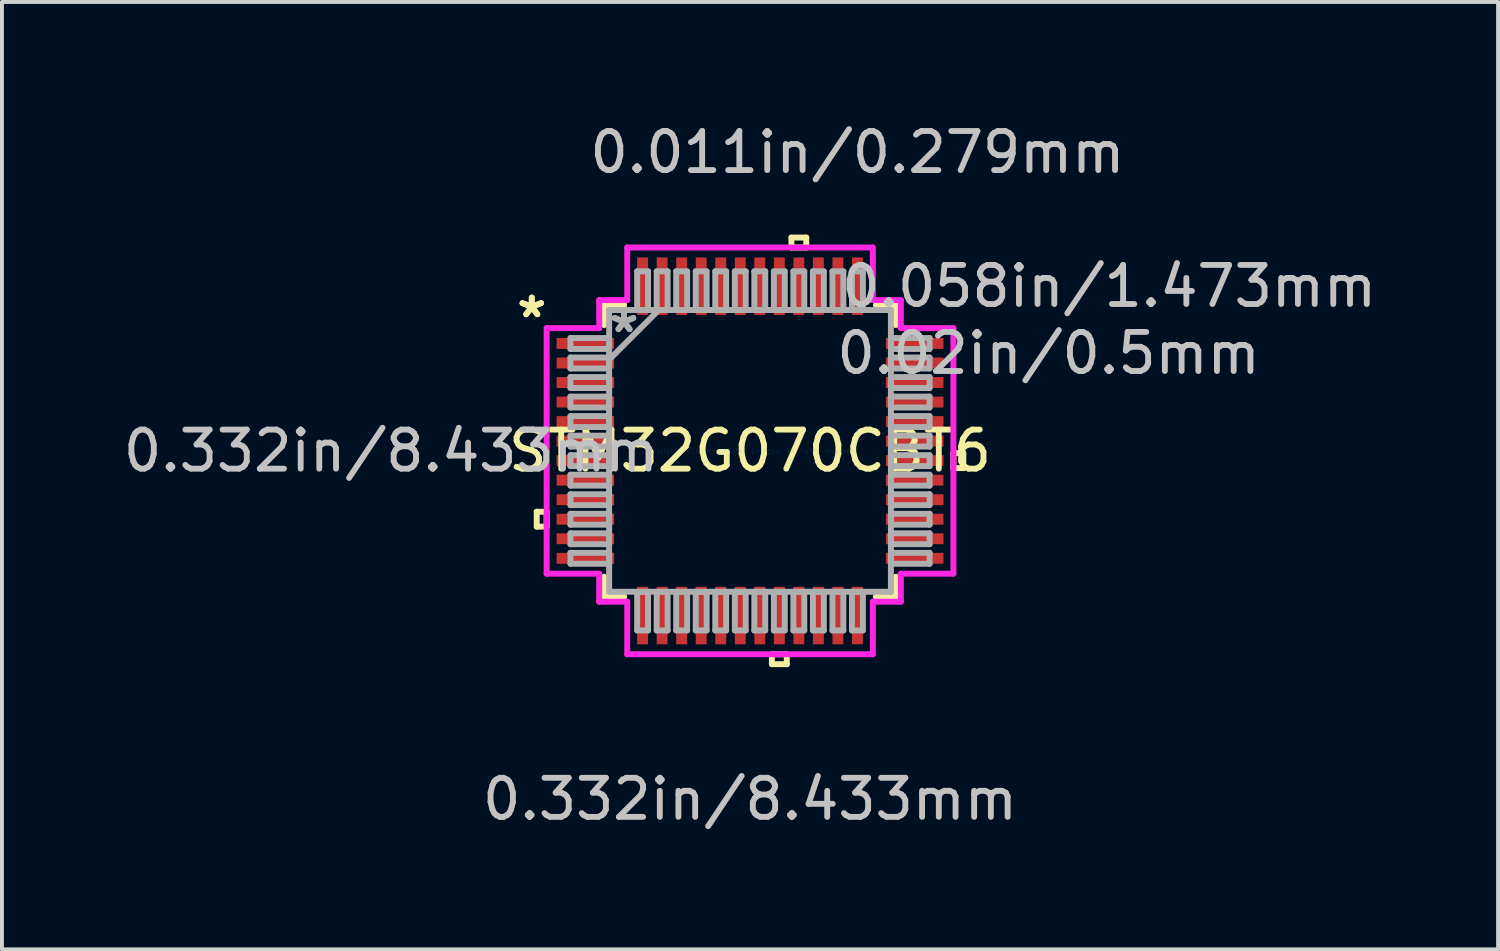
<source format=kicad_pcb>
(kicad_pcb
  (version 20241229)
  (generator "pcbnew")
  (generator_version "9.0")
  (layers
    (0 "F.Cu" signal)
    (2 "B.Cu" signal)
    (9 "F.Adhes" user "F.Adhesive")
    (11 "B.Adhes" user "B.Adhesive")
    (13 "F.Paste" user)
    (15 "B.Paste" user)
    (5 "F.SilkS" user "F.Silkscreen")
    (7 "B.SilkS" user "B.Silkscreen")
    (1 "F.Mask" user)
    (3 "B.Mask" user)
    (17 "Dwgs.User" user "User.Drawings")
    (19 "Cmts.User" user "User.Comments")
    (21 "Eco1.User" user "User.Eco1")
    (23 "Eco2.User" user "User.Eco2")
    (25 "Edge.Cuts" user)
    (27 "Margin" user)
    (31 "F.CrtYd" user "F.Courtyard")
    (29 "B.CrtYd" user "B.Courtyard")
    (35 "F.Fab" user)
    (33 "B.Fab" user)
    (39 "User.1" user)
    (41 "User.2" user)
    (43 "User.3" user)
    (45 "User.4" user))
  (footprint "STM32G070CBT6"
    (layer "F.Cu")
    (at 16.153 8.494)
    (property "Reference" "STM32G070CBT6" (at 0 0 0) (layer "F.SilkS") (effects (font (size 1 1) (thickness 0.15))))
    (attr through_hole)
    (fp_line (start -5.461 1.559) (end -5.461 1.94) (stroke (width 0.152) (type solid)) (layer "F.SilkS"))
    (fp_line (start -5.461 1.94) (end -5.207 1.94) (stroke (width 0.152) (type solid)) (layer "F.SilkS"))
    (fp_line (start -5.207 1.559) (end -5.461 1.559) (stroke (width 0.152) (type solid)) (layer "F.SilkS"))
    (fp_line (start -5.207 1.94) (end -5.207 1.559) (stroke (width 0.152) (type solid)) (layer "F.SilkS"))
    (fp_line (start -3.734 -3.734) (end -3.734 -3.222) (stroke (width 0.152) (type solid)) (layer "F.SilkS"))
    (fp_line (start -3.734 3.222) (end -3.734 3.734) (stroke (width 0.152) (type solid)) (layer "F.SilkS"))
    (fp_line (start -3.734 3.734) (end -3.222 3.734) (stroke (width 0.152) (type solid)) (layer "F.SilkS"))
    (fp_line (start -3.222 -3.734) (end -3.734 -3.734) (stroke (width 0.152) (type solid)) (layer "F.SilkS"))
    (fp_line (start 0.56 5.207) (end 0.56 5.461) (stroke (width 0.152) (type solid)) (layer "F.SilkS"))
    (fp_line (start 0.56 5.461) (end 0.941 5.461) (stroke (width 0.152) (type solid)) (layer "F.SilkS"))
    (fp_line (start 0.941 5.207) (end 0.56 5.207) (stroke (width 0.152) (type solid)) (layer "F.SilkS"))
    (fp_line (start 0.941 5.461) (end 0.941 5.207) (stroke (width 0.152) (type solid)) (layer "F.SilkS"))
    (fp_line (start 1.06 -5.461) (end 1.44 -5.461) (stroke (width 0.152) (type solid)) (layer "F.SilkS"))
    (fp_line (start 1.06 -5.207) (end 1.06 -5.461) (stroke (width 0.152) (type solid)) (layer "F.SilkS"))
    (fp_line (start 1.44 -5.461) (end 1.44 -5.207) (stroke (width 0.152) (type solid)) (layer "F.SilkS"))
    (fp_line (start 1.44 -5.207) (end 1.06 -5.207) (stroke (width 0.152) (type solid)) (layer "F.SilkS"))
    (fp_line (start 3.222 3.734) (end 3.734 3.734) (stroke (width 0.152) (type solid)) (layer "F.SilkS"))
    (fp_line (start 3.734 -3.734) (end 3.222 -3.734) (stroke (width 0.152) (type solid)) (layer "F.SilkS"))
    (fp_line (start 3.734 -3.222) (end 3.734 -3.734) (stroke (width 0.152) (type solid)) (layer "F.SilkS"))
    (fp_line (start 3.734 3.734) (end 3.734 3.222) (stroke (width 0.152) (type solid)) (layer "F.SilkS"))
    (fp_line (start 5.207 0.059) (end 5.461 0.059) (stroke (width 0.152) (type solid)) (layer "F.SilkS"))
    (fp_line (start 5.207 0.441) (end 5.207 0.059) (stroke (width 0.152) (type solid)) (layer "F.SilkS"))
    (fp_line (start 5.461 0.059) (end 5.461 0.441) (stroke (width 0.152) (type solid)) (layer "F.SilkS"))
    (fp_line (start 5.461 0.441) (end 5.207 0.441) (stroke (width 0.152) (type solid)) (layer "F.SilkS"))
    (fp_line (start -5.207 -3.144) (end -3.861 -3.144) (stroke (width 0.152) (type solid)) (layer "F.CrtYd"))
    (fp_line (start -5.207 3.144) (end -5.207 -3.144) (stroke (width 0.152) (type solid)) (layer "F.CrtYd"))
    (fp_line (start -3.861 -3.861) (end -3.144 -3.861) (stroke (width 0.152) (type solid)) (layer "F.CrtYd"))
    (fp_line (start -3.861 -3.144) (end -3.861 -3.861) (stroke (width 0.152) (type solid)) (layer "F.CrtYd"))
    (fp_line (start -3.861 3.144) (end -5.207 3.144) (stroke (width 0.152) (type solid)) (layer "F.CrtYd"))
    (fp_line (start -3.861 3.861) (end -3.861 3.144) (stroke (width 0.152) (type solid)) (layer "F.CrtYd"))
    (fp_line (start -3.144 -5.207) (end 3.144 -5.207) (stroke (width 0.152) (type solid)) (layer "F.CrtYd"))
    (fp_line (start -3.144 -3.861) (end -3.144 -5.207) (stroke (width 0.152) (type solid)) (layer "F.CrtYd"))
    (fp_line (start -3.144 3.861) (end -3.861 3.861) (stroke (width 0.152) (type solid)) (layer "F.CrtYd"))
    (fp_line (start -3.144 5.207) (end -3.144 3.861) (stroke (width 0.152) (type solid)) (layer "F.CrtYd"))
    (fp_line (start 3.144 -5.207) (end 3.144 -3.861) (stroke (width 0.152) (type solid)) (layer "F.CrtYd"))
    (fp_line (start 3.144 -3.861) (end 3.861 -3.861) (stroke (width 0.152) (type solid)) (layer "F.CrtYd"))
    (fp_line (start 3.144 3.861) (end 3.144 5.207) (stroke (width 0.152) (type solid)) (layer "F.CrtYd"))
    (fp_line (start 3.144 5.207) (end -3.144 5.207) (stroke (width 0.152) (type solid)) (layer "F.CrtYd"))
    (fp_line (start 3.861 -3.861) (end 3.861 -3.144) (stroke (width 0.152) (type solid)) (layer "F.CrtYd"))
    (fp_line (start 3.861 -3.144) (end 5.207 -3.144) (stroke (width 0.152) (type solid)) (layer "F.CrtYd"))
    (fp_line (start 3.861 3.144) (end 3.861 3.861) (stroke (width 0.152) (type solid)) (layer "F.CrtYd"))
    (fp_line (start 3.861 3.861) (end 3.144 3.861) (stroke (width 0.152) (type solid)) (layer "F.CrtYd"))
    (fp_line (start 5.207 -3.144) (end 5.207 3.144) (stroke (width 0.152) (type solid)) (layer "F.CrtYd"))
    (fp_line (start 5.207 3.144) (end 3.861 3.144) (stroke (width 0.152) (type solid)) (layer "F.CrtYd"))
    (fp_line (start -4.597 -2.89) (end -4.597 -2.61) (stroke (width 0.152) (type solid)) (layer "F.Fab"))
    (fp_line (start -4.597 -2.61) (end -3.607 -2.61) (stroke (width 0.152) (type solid)) (layer "F.Fab"))
    (fp_line (start -4.597 -2.39) (end -4.597 -2.11) (stroke (width 0.152) (type solid)) (layer "F.Fab"))
    (fp_line (start -4.597 -2.11) (end -3.607 -2.11) (stroke (width 0.152) (type solid)) (layer "F.Fab"))
    (fp_line (start -4.597 -1.89) (end -4.597 -1.61) (stroke (width 0.152) (type solid)) (layer "F.Fab"))
    (fp_line (start -4.597 -1.61) (end -3.607 -1.61) (stroke (width 0.152) (type solid)) (layer "F.Fab"))
    (fp_line (start -4.597 -1.39) (end -4.597 -1.11) (stroke (width 0.152) (type solid)) (layer "F.Fab"))
    (fp_line (start -4.597 -1.11) (end -3.607 -1.11) (stroke (width 0.152) (type solid)) (layer "F.Fab"))
    (fp_line (start -4.597 -0.89) (end -4.597 -0.61) (stroke (width 0.152) (type solid)) (layer "F.Fab"))
    (fp_line (start -4.597 -0.61) (end -3.607 -0.61) (stroke (width 0.152) (type solid)) (layer "F.Fab"))
    (fp_line (start -4.597 -0.39) (end -4.597 -0.11) (stroke (width 0.152) (type solid)) (layer "F.Fab"))
    (fp_line (start -4.597 -0.11) (end -3.607 -0.11) (stroke (width 0.152) (type solid)) (layer "F.Fab"))
    (fp_line (start -4.597 0.11) (end -4.597 0.39) (stroke (width 0.152) (type solid)) (layer "F.Fab"))
    (fp_line (start -4.597 0.39) (end -3.607 0.39) (stroke (width 0.152) (type solid)) (layer "F.Fab"))
    (fp_line (start -4.597 0.61) (end -4.597 0.89) (stroke (width 0.152) (type solid)) (layer "F.Fab"))
    (fp_line (start -4.597 0.89) (end -3.607 0.89) (stroke (width 0.152) (type solid)) (layer "F.Fab"))
    (fp_line (start -4.597 1.11) (end -4.597 1.39) (stroke (width 0.152) (type solid)) (layer "F.Fab"))
    (fp_line (start -4.597 1.39) (end -3.607 1.39) (stroke (width 0.152) (type solid)) (layer "F.Fab"))
    (fp_line (start -4.597 1.61) (end -4.597 1.89) (stroke (width 0.152) (type solid)) (layer "F.Fab"))
    (fp_line (start -4.597 1.89) (end -3.607 1.89) (stroke (width 0.152) (type solid)) (layer "F.Fab"))
    (fp_line (start -4.597 2.11) (end -4.597 2.39) (stroke (width 0.152) (type solid)) (layer "F.Fab"))
    (fp_line (start -4.597 2.39) (end -3.607 2.39) (stroke (width 0.152) (type solid)) (layer "F.Fab"))
    (fp_line (start -4.597 2.61) (end -4.597 2.89) (stroke (width 0.152) (type solid)) (layer "F.Fab"))
    (fp_line (start -4.597 2.89) (end -3.607 2.89) (stroke (width 0.152) (type solid)) (layer "F.Fab"))
    (fp_line (start -3.607 -3.607) (end -3.607 -3.607) (stroke (width 0.152) (type solid)) (layer "F.Fab"))
    (fp_line (start -3.607 -3.607) (end -3.607 3.607) (stroke (width 0.152) (type solid)) (layer "F.Fab"))
    (fp_line (start -3.607 -2.89) (end -4.597 -2.89) (stroke (width 0.152) (type solid)) (layer "F.Fab"))
    (fp_line (start -3.607 -2.61) (end -3.607 -2.89) (stroke (width 0.152) (type solid)) (layer "F.Fab"))
    (fp_line (start -3.607 -2.39) (end -4.597 -2.39) (stroke (width 0.152) (type solid)) (layer "F.Fab"))
    (fp_line (start -3.607 -2.337) (end -2.337 -3.607) (stroke (width 0.152) (type solid)) (layer "F.Fab"))
    (fp_line (start -3.607 -2.11) (end -3.607 -2.39) (stroke (width 0.152) (type solid)) (layer "F.Fab"))
    (fp_line (start -3.607 -1.89) (end -4.597 -1.89) (stroke (width 0.152) (type solid)) (layer "F.Fab"))
    (fp_line (start -3.607 -1.61) (end -3.607 -1.89) (stroke (width 0.152) (type solid)) (layer "F.Fab"))
    (fp_line (start -3.607 -1.39) (end -4.597 -1.39) (stroke (width 0.152) (type solid)) (layer "F.Fab"))
    (fp_line (start -3.607 -1.11) (end -3.607 -1.39) (stroke (width 0.152) (type solid)) (layer "F.Fab"))
    (fp_line (start -3.607 -0.89) (end -4.597 -0.89) (stroke (width 0.152) (type solid)) (layer "F.Fab"))
    (fp_line (start -3.607 -0.61) (end -3.607 -0.89) (stroke (width 0.152) (type solid)) (layer "F.Fab"))
    (fp_line (start -3.607 -0.39) (end -4.597 -0.39) (stroke (width 0.152) (type solid)) (layer "F.Fab"))
    (fp_line (start -3.607 -0.11) (end -3.607 -0.39) (stroke (width 0.152) (type solid)) (layer "F.Fab"))
    (fp_line (start -3.607 0.11) (end -4.597 0.11) (stroke (width 0.152) (type solid)) (layer "F.Fab"))
    (fp_line (start -3.607 0.39) (end -3.607 0.11) (stroke (width 0.152) (type solid)) (layer "F.Fab"))
    (fp_line (start -3.607 0.61) (end -4.597 0.61) (stroke (width 0.152) (type solid)) (layer "F.Fab"))
    (fp_line (start -3.607 0.89) (end -3.607 0.61) (stroke (width 0.152) (type solid)) (layer "F.Fab"))
    (fp_line (start -3.607 1.11) (end -4.597 1.11) (stroke (width 0.152) (type solid)) (layer "F.Fab"))
    (fp_line (start -3.607 1.39) (end -3.607 1.11) (stroke (width 0.152) (type solid)) (layer "F.Fab"))
    (fp_line (start -3.607 1.61) (end -4.597 1.61) (stroke (width 0.152) (type solid)) (layer "F.Fab"))
    (fp_line (start -3.607 1.89) (end -3.607 1.61) (stroke (width 0.152) (type solid)) (layer "F.Fab"))
    (fp_line (start -3.607 2.11) (end -4.597 2.11) (stroke (width 0.152) (type solid)) (layer "F.Fab"))
    (fp_line (start -3.607 2.39) (end -3.607 2.11) (stroke (width 0.152) (type solid)) (layer "F.Fab"))
    (fp_line (start -3.607 2.61) (end -4.597 2.61) (stroke (width 0.152) (type solid)) (layer "F.Fab"))
    (fp_line (start -3.607 2.89) (end -3.607 2.61) (stroke (width 0.152) (type solid)) (layer "F.Fab"))
    (fp_line (start -3.607 3.607) (end -3.607 3.607) (stroke (width 0.152) (type solid)) (layer "F.Fab"))
    (fp_line (start -3.607 3.607) (end 3.607 3.607) (stroke (width 0.152) (type solid)) (layer "F.Fab"))
    (fp_line (start -2.89 -4.597) (end -2.89 -3.607) (stroke (width 0.152) (type solid)) (layer "F.Fab"))
    (fp_line (start -2.89 -3.607) (end -2.61 -3.607) (stroke (width 0.152) (type solid)) (layer "F.Fab"))
    (fp_line (start -2.89 3.607) (end -2.89 4.597) (stroke (width 0.152) (type solid)) (layer "F.Fab"))
    (fp_line (start -2.89 4.597) (end -2.61 4.597) (stroke (width 0.152) (type solid)) (layer "F.Fab"))
    (fp_line (start -2.61 -4.597) (end -2.89 -4.597) (stroke (width 0.152) (type solid)) (layer "F.Fab"))
    (fp_line (start -2.61 -3.607) (end -2.61 -4.597) (stroke (width 0.152) (type solid)) (layer "F.Fab"))
    (fp_line (start -2.61 3.607) (end -2.89 3.607) (stroke (width 0.152) (type solid)) (layer "F.Fab"))
    (fp_line (start -2.61 4.597) (end -2.61 3.607) (stroke (width 0.152) (type solid)) (layer "F.Fab"))
    (fp_line (start -2.39 -4.597) (end -2.39 -3.607) (stroke (width 0.152) (type solid)) (layer "F.Fab"))
    (fp_line (start -2.39 -3.607) (end -2.11 -3.607) (stroke (width 0.152) (type solid)) (layer "F.Fab"))
    (fp_line (start -2.39 3.607) (end -2.39 4.597) (stroke (width 0.152) (type solid)) (layer "F.Fab"))
    (fp_line (start -2.39 4.597) (end -2.11 4.597) (stroke (width 0.152) (type solid)) (layer "F.Fab"))
    (fp_line (start -2.11 -4.597) (end -2.39 -4.597) (stroke (width 0.152) (type solid)) (layer "F.Fab"))
    (fp_line (start -2.11 -3.607) (end -2.11 -4.597) (stroke (width 0.152) (type solid)) (layer "F.Fab"))
    (fp_line (start -2.11 3.607) (end -2.39 3.607) (stroke (width 0.152) (type solid)) (layer "F.Fab"))
    (fp_line (start -2.11 4.597) (end -2.11 3.607) (stroke (width 0.152) (type solid)) (layer "F.Fab"))
    (fp_line (start -1.89 -4.597) (end -1.89 -3.607) (stroke (width 0.152) (type solid)) (layer "F.Fab"))
    (fp_line (start -1.89 -3.607) (end -1.61 -3.607) (stroke (width 0.152) (type solid)) (layer "F.Fab"))
    (fp_line (start -1.89 3.607) (end -1.89 4.597) (stroke (width 0.152) (type solid)) (layer "F.Fab"))
    (fp_line (start -1.89 4.597) (end -1.61 4.597) (stroke (width 0.152) (type solid)) (layer "F.Fab"))
    (fp_line (start -1.61 -4.597) (end -1.89 -4.597) (stroke (width 0.152) (type solid)) (layer "F.Fab"))
    (fp_line (start -1.61 -3.607) (end -1.61 -4.597) (stroke (width 0.152) (type solid)) (layer "F.Fab"))
    (fp_line (start -1.61 3.607) (end -1.89 3.607) (stroke (width 0.152) (type solid)) (layer "F.Fab"))
    (fp_line (start -1.61 4.597) (end -1.61 3.607) (stroke (width 0.152) (type solid)) (layer "F.Fab"))
    (fp_line (start -1.39 -4.597) (end -1.39 -3.607) (stroke (width 0.152) (type solid)) (layer "F.Fab"))
    (fp_line (start -1.39 -3.607) (end -1.11 -3.607) (stroke (width 0.152) (type solid)) (layer "F.Fab"))
    (fp_line (start -1.39 3.607) (end -1.39 4.597) (stroke (width 0.152) (type solid)) (layer "F.Fab"))
    (fp_line (start -1.39 4.597) (end -1.11 4.597) (stroke (width 0.152) (type solid)) (layer "F.Fab"))
    (fp_line (start -1.11 -4.597) (end -1.39 -4.597) (stroke (width 0.152) (type solid)) (layer "F.Fab"))
    (fp_line (start -1.11 -3.607) (end -1.11 -4.597) (stroke (width 0.152) (type solid)) (layer "F.Fab"))
    (fp_line (start -1.11 3.607) (end -1.39 3.607) (stroke (width 0.152) (type solid)) (layer "F.Fab"))
    (fp_line (start -1.11 4.597) (end -1.11 3.607) (stroke (width 0.152) (type solid)) (layer "F.Fab"))
    (fp_line (start -0.89 -4.597) (end -0.89 -3.607) (stroke (width 0.152) (type solid)) (layer "F.Fab"))
    (fp_line (start -0.89 -3.607) (end -0.61 -3.607) (stroke (width 0.152) (type solid)) (layer "F.Fab"))
    (fp_line (start -0.89 3.607) (end -0.89 4.597) (stroke (width 0.152) (type solid)) (layer "F.Fab"))
    (fp_line (start -0.89 4.597) (end -0.61 4.597) (stroke (width 0.152) (type solid)) (layer "F.Fab"))
    (fp_line (start -0.61 -4.597) (end -0.89 -4.597) (stroke (width 0.152) (type solid)) (layer "F.Fab"))
    (fp_line (start -0.61 -3.607) (end -0.61 -4.597) (stroke (width 0.152) (type solid)) (layer "F.Fab"))
    (fp_line (start -0.61 3.607) (end -0.89 3.607) (stroke (width 0.152) (type solid)) (layer "F.Fab"))
    (fp_line (start -0.61 4.597) (end -0.61 3.607) (stroke (width 0.152) (type solid)) (layer "F.Fab"))
    (fp_line (start -0.39 -4.597) (end -0.39 -3.607) (stroke (width 0.152) (type solid)) (layer "F.Fab"))
    (fp_line (start -0.39 -3.607) (end -0.11 -3.607) (stroke (width 0.152) (type solid)) (layer "F.Fab"))
    (fp_line (start -0.39 3.607) (end -0.39 4.597) (stroke (width 0.152) (type solid)) (layer "F.Fab"))
    (fp_line (start -0.39 4.597) (end -0.11 4.597) (stroke (width 0.152) (type solid)) (layer "F.Fab"))
    (fp_line (start -0.11 -4.597) (end -0.39 -4.597) (stroke (width 0.152) (type solid)) (layer "F.Fab"))
    (fp_line (start -0.11 -3.607) (end -0.11 -4.597) (stroke (width 0.152) (type solid)) (layer "F.Fab"))
    (fp_line (start -0.11 3.607) (end -0.39 3.607) (stroke (width 0.152) (type solid)) (layer "F.Fab"))
    (fp_line (start -0.11 4.597) (end -0.11 3.607) (stroke (width 0.152) (type solid)) (layer "F.Fab"))
    (fp_line (start 0.11 -4.597) (end 0.11 -3.607) (stroke (width 0.152) (type solid)) (layer "F.Fab"))
    (fp_line (start 0.11 -3.607) (end 0.39 -3.607) (stroke (width 0.152) (type solid)) (layer "F.Fab"))
    (fp_line (start 0.11 3.607) (end 0.11 4.597) (stroke (width 0.152) (type solid)) (layer "F.Fab"))
    (fp_line (start 0.11 4.597) (end 0.39 4.597) (stroke (width 0.152) (type solid)) (layer "F.Fab"))
    (fp_line (start 0.39 -4.597) (end 0.11 -4.597) (stroke (width 0.152) (type solid)) (layer "F.Fab"))
    (fp_line (start 0.39 -3.607) (end 0.39 -4.597) (stroke (width 0.152) (type solid)) (layer "F.Fab"))
    (fp_line (start 0.39 3.607) (end 0.11 3.607) (stroke (width 0.152) (type solid)) (layer "F.Fab"))
    (fp_line (start 0.39 4.597) (end 0.39 3.607) (stroke (width 0.152) (type solid)) (layer "F.Fab"))
    (fp_line (start 0.61 -4.597) (end 0.61 -3.607) (stroke (width 0.152) (type solid)) (layer "F.Fab"))
    (fp_line (start 0.61 -3.607) (end 0.89 -3.607) (stroke (width 0.152) (type solid)) (layer "F.Fab"))
    (fp_line (start 0.61 3.607) (end 0.61 4.597) (stroke (width 0.152) (type solid)) (layer "F.Fab"))
    (fp_line (start 0.61 4.597) (end 0.89 4.597) (stroke (width 0.152) (type solid)) (layer "F.Fab"))
    (fp_line (start 0.89 -4.597) (end 0.61 -4.597) (stroke (width 0.152) (type solid)) (layer "F.Fab"))
    (fp_line (start 0.89 -3.607) (end 0.89 -4.597) (stroke (width 0.152) (type solid)) (layer "F.Fab"))
    (fp_line (start 0.89 3.607) (end 0.61 3.607) (stroke (width 0.152) (type solid)) (layer "F.Fab"))
    (fp_line (start 0.89 4.597) (end 0.89 3.607) (stroke (width 0.152) (type solid)) (layer "F.Fab"))
    (fp_line (start 1.11 -4.597) (end 1.11 -3.607) (stroke (width 0.152) (type solid)) (layer "F.Fab"))
    (fp_line (start 1.11 -3.607) (end 1.39 -3.607) (stroke (width 0.152) (type solid)) (layer "F.Fab"))
    (fp_line (start 1.11 3.607) (end 1.11 4.597) (stroke (width 0.152) (type solid)) (layer "F.Fab"))
    (fp_line (start 1.11 4.597) (end 1.39 4.597) (stroke (width 0.152) (type solid)) (layer "F.Fab"))
    (fp_line (start 1.39 -4.597) (end 1.11 -4.597) (stroke (width 0.152) (type solid)) (layer "F.Fab"))
    (fp_line (start 1.39 -3.607) (end 1.39 -4.597) (stroke (width 0.152) (type solid)) (layer "F.Fab"))
    (fp_line (start 1.39 3.607) (end 1.11 3.607) (stroke (width 0.152) (type solid)) (layer "F.Fab"))
    (fp_line (start 1.39 4.597) (end 1.39 3.607) (stroke (width 0.152) (type solid)) (layer "F.Fab"))
    (fp_line (start 1.61 -4.597) (end 1.61 -3.607) (stroke (width 0.152) (type solid)) (layer "F.Fab"))
    (fp_line (start 1.61 -3.607) (end 1.89 -3.607) (stroke (width 0.152) (type solid)) (layer "F.Fab"))
    (fp_line (start 1.61 3.607) (end 1.61 4.597) (stroke (width 0.152) (type solid)) (layer "F.Fab"))
    (fp_line (start 1.61 4.597) (end 1.89 4.597) (stroke (width 0.152) (type solid)) (layer "F.Fab"))
    (fp_line (start 1.89 -4.597) (end 1.61 -4.597) (stroke (width 0.152) (type solid)) (layer "F.Fab"))
    (fp_line (start 1.89 -3.607) (end 1.89 -4.597) (stroke (width 0.152) (type solid)) (layer "F.Fab"))
    (fp_line (start 1.89 3.607) (end 1.61 3.607) (stroke (width 0.152) (type solid)) (layer "F.Fab"))
    (fp_line (start 1.89 4.597) (end 1.89 3.607) (stroke (width 0.152) (type solid)) (layer "F.Fab"))
    (fp_line (start 2.11 -4.597) (end 2.11 -3.607) (stroke (width 0.152) (type solid)) (layer "F.Fab"))
    (fp_line (start 2.11 -3.607) (end 2.39 -3.607) (stroke (width 0.152) (type solid)) (layer "F.Fab"))
    (fp_line (start 2.11 3.607) (end 2.11 4.597) (stroke (width 0.152) (type solid)) (layer "F.Fab"))
    (fp_line (start 2.11 4.597) (end 2.39 4.597) (stroke (width 0.152) (type solid)) (layer "F.Fab"))
    (fp_line (start 2.39 -4.597) (end 2.11 -4.597) (stroke (width 0.152) (type solid)) (layer "F.Fab"))
    (fp_line (start 2.39 -3.607) (end 2.39 -4.597) (stroke (width 0.152) (type solid)) (layer "F.Fab"))
    (fp_line (start 2.39 3.607) (end 2.11 3.607) (stroke (width 0.152) (type solid)) (layer "F.Fab"))
    (fp_line (start 2.39 4.597) (end 2.39 3.607) (stroke (width 0.152) (type solid)) (layer "F.Fab"))
    (fp_line (start 2.61 -4.597) (end 2.61 -3.607) (stroke (width 0.152) (type solid)) (layer "F.Fab"))
    (fp_line (start 2.61 -3.607) (end 2.89 -3.607) (stroke (width 0.152) (type solid)) (layer "F.Fab"))
    (fp_line (start 2.61 3.607) (end 2.61 4.597) (stroke (width 0.152) (type solid)) (layer "F.Fab"))
    (fp_line (start 2.61 4.597) (end 2.89 4.597) (stroke (width 0.152) (type solid)) (layer "F.Fab"))
    (fp_line (start 2.89 -4.597) (end 2.61 -4.597) (stroke (width 0.152) (type solid)) (layer "F.Fab"))
    (fp_line (start 2.89 -3.607) (end 2.89 -4.597) (stroke (width 0.152) (type solid)) (layer "F.Fab"))
    (fp_line (start 2.89 3.607) (end 2.61 3.607) (stroke (width 0.152) (type solid)) (layer "F.Fab"))
    (fp_line (start 2.89 4.597) (end 2.89 3.607) (stroke (width 0.152) (type solid)) (layer "F.Fab"))
    (fp_line (start 3.607 -3.607) (end -3.607 -3.607) (stroke (width 0.152) (type solid)) (layer "F.Fab"))
    (fp_line (start 3.607 -3.607) (end 3.607 -3.607) (stroke (width 0.152) (type solid)) (layer "F.Fab"))
    (fp_line (start 3.607 -2.89) (end 3.607 -2.61) (stroke (width 0.152) (type solid)) (layer "F.Fab"))
    (fp_line (start 3.607 -2.61) (end 4.597 -2.61) (stroke (width 0.152) (type solid)) (layer "F.Fab"))
    (fp_line (start 3.607 -2.39) (end 3.607 -2.11) (stroke (width 0.152) (type solid)) (layer "F.Fab"))
    (fp_line (start 3.607 -2.11) (end 4.597 -2.11) (stroke (width 0.152) (type solid)) (layer "F.Fab"))
    (fp_line (start 3.607 -1.89) (end 3.607 -1.61) (stroke (width 0.152) (type solid)) (layer "F.Fab"))
    (fp_line (start 3.607 -1.61) (end 4.597 -1.61) (stroke (width 0.152) (type solid)) (layer "F.Fab"))
    (fp_line (start 3.607 -1.39) (end 3.607 -1.11) (stroke (width 0.152) (type solid)) (layer "F.Fab"))
    (fp_line (start 3.607 -1.11) (end 4.597 -1.11) (stroke (width 0.152) (type solid)) (layer "F.Fab"))
    (fp_line (start 3.607 -0.89) (end 3.607 -0.61) (stroke (width 0.152) (type solid)) (layer "F.Fab"))
    (fp_line (start 3.607 -0.61) (end 4.597 -0.61) (stroke (width 0.152) (type solid)) (layer "F.Fab"))
    (fp_line (start 3.607 -0.39) (end 3.607 -0.11) (stroke (width 0.152) (type solid)) (layer "F.Fab"))
    (fp_line (start 3.607 -0.11) (end 4.597 -0.11) (stroke (width 0.152) (type solid)) (layer "F.Fab"))
    (fp_line (start 3.607 0.11) (end 3.607 0.39) (stroke (width 0.152) (type solid)) (layer "F.Fab"))
    (fp_line (start 3.607 0.39) (end 4.597 0.39) (stroke (width 0.152) (type solid)) (layer "F.Fab"))
    (fp_line (start 3.607 0.61) (end 3.607 0.89) (stroke (width 0.152) (type solid)) (layer "F.Fab"))
    (fp_line (start 3.607 0.89) (end 4.597 0.89) (stroke (width 0.152) (type solid)) (layer "F.Fab"))
    (fp_line (start 3.607 1.11) (end 3.607 1.39) (stroke (width 0.152) (type solid)) (layer "F.Fab"))
    (fp_line (start 3.607 1.39) (end 4.597 1.39) (stroke (width 0.152) (type solid)) (layer "F.Fab"))
    (fp_line (start 3.607 1.61) (end 3.607 1.89) (stroke (width 0.152) (type solid)) (layer "F.Fab"))
    (fp_line (start 3.607 1.89) (end 4.597 1.89) (stroke (width 0.152) (type solid)) (layer "F.Fab"))
    (fp_line (start 3.607 2.11) (end 3.607 2.39) (stroke (width 0.152) (type solid)) (layer "F.Fab"))
    (fp_line (start 3.607 2.39) (end 4.597 2.39) (stroke (width 0.152) (type solid)) (layer "F.Fab"))
    (fp_line (start 3.607 2.61) (end 3.607 2.89) (stroke (width 0.152) (type solid)) (layer "F.Fab"))
    (fp_line (start 3.607 2.89) (end 4.597 2.89) (stroke (width 0.152) (type solid)) (layer "F.Fab"))
    (fp_line (start 3.607 3.607) (end 3.607 -3.607) (stroke (width 0.152) (type solid)) (layer "F.Fab"))
    (fp_line (start 3.607 3.607) (end 3.607 3.607) (stroke (width 0.152) (type solid)) (layer "F.Fab"))
    (fp_line (start 4.597 -2.89) (end 3.607 -2.89) (stroke (width 0.152) (type solid)) (layer "F.Fab"))
    (fp_line (start 4.597 -2.61) (end 4.597 -2.89) (stroke (width 0.152) (type solid)) (layer "F.Fab"))
    (fp_line (start 4.597 -2.39) (end 3.607 -2.39) (stroke (width 0.152) (type solid)) (layer "F.Fab"))
    (fp_line (start 4.597 -2.11) (end 4.597 -2.39) (stroke (width 0.152) (type solid)) (layer "F.Fab"))
    (fp_line (start 4.597 -1.89) (end 3.607 -1.89) (stroke (width 0.152) (type solid)) (layer "F.Fab"))
    (fp_line (start 4.597 -1.61) (end 4.597 -1.89) (stroke (width 0.152) (type solid)) (layer "F.Fab"))
    (fp_line (start 4.597 -1.39) (end 3.607 -1.39) (stroke (width 0.152) (type solid)) (layer "F.Fab"))
    (fp_line (start 4.597 -1.11) (end 4.597 -1.39) (stroke (width 0.152) (type solid)) (layer "F.Fab"))
    (fp_line (start 4.597 -0.89) (end 3.607 -0.89) (stroke (width 0.152) (type solid)) (layer "F.Fab"))
    (fp_line (start 4.597 -0.61) (end 4.597 -0.89) (stroke (width 0.152) (type solid)) (layer "F.Fab"))
    (fp_line (start 4.597 -0.39) (end 3.607 -0.39) (stroke (width 0.152) (type solid)) (layer "F.Fab"))
    (fp_line (start 4.597 -0.11) (end 4.597 -0.39) (stroke (width 0.152) (type solid)) (layer "F.Fab"))
    (fp_line (start 4.597 0.11) (end 3.607 0.11) (stroke (width 0.152) (type solid)) (layer "F.Fab"))
    (fp_line (start 4.597 0.39) (end 4.597 0.11) (stroke (width 0.152) (type solid)) (layer "F.Fab"))
    (fp_line (start 4.597 0.61) (end 3.607 0.61) (stroke (width 0.152) (type solid)) (layer "F.Fab"))
    (fp_line (start 4.597 0.89) (end 4.597 0.61) (stroke (width 0.152) (type solid)) (layer "F.Fab"))
    (fp_line (start 4.597 1.11) (end 3.607 1.11) (stroke (width 0.152) (type solid)) (layer "F.Fab"))
    (fp_line (start 4.597 1.39) (end 4.597 1.11) (stroke (width 0.152) (type solid)) (layer "F.Fab"))
    (fp_line (start 4.597 1.61) (end 3.607 1.61) (stroke (width 0.152) (type solid)) (layer "F.Fab"))
    (fp_line (start 4.597 1.89) (end 4.597 1.61) (stroke (width 0.152) (type solid)) (layer "F.Fab"))
    (fp_line (start 4.597 2.11) (end 3.607 2.11) (stroke (width 0.152) (type solid)) (layer "F.Fab"))
    (fp_line (start 4.597 2.39) (end 4.597 2.11) (stroke (width 0.152) (type solid)) (layer "F.Fab"))
    (fp_line (start 4.597 2.61) (end 3.607 2.61) (stroke (width 0.152) (type solid)) (layer "F.Fab"))
    (fp_line (start 4.597 2.89) (end 4.597 2.61) (stroke (width 0.152) (type solid)) (layer "F.Fab"))
    (fp_text user "*" (at -5.588 -3.381 0) (layer "F.SilkS") (effects (font (size 1 1) (thickness 0.15))))
    (fp_text user "*" (at -5.588 -3.381 0) (layer "F.SilkS") (effects (font (size 1 1) (thickness 0.15))))
    (fp_text user "0.011in/0.279mm" (at 2.75 -7.645 0) (layer "Dwgs.User") (effects (font (size 1 1) (thickness 0.15))))
    (fp_text user "0.058in/1.473mm" (at 9.195 -4.216 0) (layer "Dwgs.User") (effects (font (size 1 1) (thickness 0.15))))
    (fp_text user "0.332in/8.433mm" (at 0 8.915 0) (layer "Dwgs.User") (effects (font (size 1 1) (thickness 0.15))))
    (fp_text user "0.02in/0.5mm" (at 7.645 -2.5 0) (layer "Dwgs.User") (effects (font (size 1 1) (thickness 0.15))))
    (fp_text user "0.332in/8.433mm" (at -9.195 0 0) (layer "Dwgs.User") (effects (font (size 1 1) (thickness 0.15))))
    (fp_text user "Copyright 2016 Accelerated Designs. All rights reserved." (at 0 0 0) (layer "Cmts.User") (effects (font (size 0.127 0.127) (thickness 0.002))))
    (fp_text user "*" (at -3.226 -3 0) (layer "F.Fab") (effects (font (size 1 1) (thickness 0.15))))
    (fp_text user "*" (at -3.226 -3 0) (layer "F.Fab") (effects (font (size 1 1) (thickness 0.15))))
    (pad "1" smd rect (at -4.216 -2.75 90) (size 0.279 1.473) (layers "F.Cu" "F.Mask" "F.Paste"))
    (pad "2" smd rect (at -4.216 -2.25 90) (size 0.279 1.473) (layers "F.Cu" "F.Mask" "F.Paste"))
    (pad "3" smd rect (at -4.216 -1.75 90) (size 0.279 1.473) (layers "F.Cu" "F.Mask" "F.Paste"))
    (pad "4" smd rect (at -4.216 -1.25 90) (size 0.279 1.473) (layers "F.Cu" "F.Mask" "F.Paste"))
    (pad "5" smd rect (at -4.216 -0.75 90) (size 0.279 1.473) (layers "F.Cu" "F.Mask" "F.Paste"))
    (pad "6" smd rect (at -4.216 -0.25 90) (size 0.279 1.473) (layers "F.Cu" "F.Mask" "F.Paste"))
    (pad "7" smd rect (at -4.216 0.25 90) (size 0.279 1.473) (layers "F.Cu" "F.Mask" "F.Paste"))
    (pad "8" smd rect (at -4.216 0.75 90) (size 0.279 1.473) (layers "F.Cu" "F.Mask" "F.Paste"))
    (pad "9" smd rect (at -4.216 1.25 90) (size 0.279 1.473) (layers "F.Cu" "F.Mask" "F.Paste"))
    (pad "10" smd rect (at -4.216 1.75 90) (size 0.279 1.473) (layers "F.Cu" "F.Mask" "F.Paste"))
    (pad "11" smd rect (at -4.216 2.25 90) (size 0.279 1.473) (layers "F.Cu" "F.Mask" "F.Paste"))
    (pad "12" smd rect (at -4.216 2.75 90) (size 0.279 1.473) (layers "F.Cu" "F.Mask" "F.Paste"))
    (pad "13" smd rect (at -2.75 4.216) (size 0.279 1.473) (layers "F.Cu" "F.Mask" "F.Paste"))
    (pad "14" smd rect (at -2.25 4.216) (size 0.279 1.473) (layers "F.Cu" "F.Mask" "F.Paste"))
    (pad "15" smd rect (at -1.75 4.216) (size 0.279 1.473) (layers "F.Cu" "F.Mask" "F.Paste"))
    (pad "16" smd rect (at -1.25 4.216) (size 0.279 1.473) (layers "F.Cu" "F.Mask" "F.Paste"))
    (pad "17" smd rect (at -0.75 4.216) (size 0.279 1.473) (layers "F.Cu" "F.Mask" "F.Paste"))
    (pad "18" smd rect (at -0.25 4.216) (size 0.279 1.473) (layers "F.Cu" "F.Mask" "F.Paste"))
    (pad "19" smd rect (at 0.25 4.216) (size 0.279 1.473) (layers "F.Cu" "F.Mask" "F.Paste"))
    (pad "20" smd rect (at 0.75 4.216) (size 0.279 1.473) (layers "F.Cu" "F.Mask" "F.Paste"))
    (pad "21" smd rect (at 1.25 4.216) (size 0.279 1.473) (layers "F.Cu" "F.Mask" "F.Paste"))
    (pad "22" smd rect (at 1.75 4.216) (size 0.279 1.473) (layers "F.Cu" "F.Mask" "F.Paste"))
    (pad "23" smd rect (at 2.25 4.216) (size 0.279 1.473) (layers "F.Cu" "F.Mask" "F.Paste"))
    (pad "24" smd rect (at 2.75 4.216) (size 0.279 1.473) (layers "F.Cu" "F.Mask" "F.Paste"))
    (pad "25" smd rect (at 4.216 2.75 90) (size 0.279 1.473) (layers "F.Cu" "F.Mask" "F.Paste"))
    (pad "26" smd rect (at 4.216 2.25 90) (size 0.279 1.473) (layers "F.Cu" "F.Mask" "F.Paste"))
    (pad "27" smd rect (at 4.216 1.75 90) (size 0.279 1.473) (layers "F.Cu" "F.Mask" "F.Paste"))
    (pad "28" smd rect (at 4.216 1.25 90) (size 0.279 1.473) (layers "F.Cu" "F.Mask" "F.Paste"))
    (pad "29" smd rect (at 4.216 0.75 90) (size 0.279 1.473) (layers "F.Cu" "F.Mask" "F.Paste"))
    (pad "30" smd rect (at 4.216 0.25 90) (size 0.279 1.473) (layers "F.Cu" "F.Mask" "F.Paste"))
    (pad "31" smd rect (at 4.216 -0.25 90) (size 0.279 1.473) (layers "F.Cu" "F.Mask" "F.Paste"))
    (pad "32" smd rect (at 4.216 -0.75 90) (size 0.279 1.473) (layers "F.Cu" "F.Mask" "F.Paste"))
    (pad "33" smd rect (at 4.216 -1.25 90) (size 0.279 1.473) (layers "F.Cu" "F.Mask" "F.Paste"))
    (pad "34" smd rect (at 4.216 -1.75 90) (size 0.279 1.473) (layers "F.Cu" "F.Mask" "F.Paste"))
    (pad "35" smd rect (at 4.216 -2.25 90) (size 0.279 1.473) (layers "F.Cu" "F.Mask" "F.Paste"))
    (pad "36" smd rect (at 4.216 -2.75 90) (size 0.279 1.473) (layers "F.Cu" "F.Mask" "F.Paste"))
    (pad "37" smd rect (at 2.75 -4.216) (size 0.279 1.473) (layers "F.Cu" "F.Mask" "F.Paste"))
    (pad "38" smd rect (at 2.25 -4.216) (size 0.279 1.473) (layers "F.Cu" "F.Mask" "F.Paste"))
    (pad "39" smd rect (at 1.75 -4.216) (size 0.279 1.473) (layers "F.Cu" "F.Mask" "F.Paste"))
    (pad "40" smd rect (at 1.25 -4.216) (size 0.279 1.473) (layers "F.Cu" "F.Mask" "F.Paste"))
    (pad "41" smd rect (at 0.75 -4.216) (size 0.279 1.473) (layers "F.Cu" "F.Mask" "F.Paste"))
    (pad "42" smd rect (at 0.25 -4.216) (size 0.279 1.473) (layers "F.Cu" "F.Mask" "F.Paste"))
    (pad "43" smd rect (at -0.25 -4.216) (size 0.279 1.473) (layers "F.Cu" "F.Mask" "F.Paste"))
    (pad "44" smd rect (at -0.75 -4.216) (size 0.279 1.473) (layers "F.Cu" "F.Mask" "F.Paste"))
    (pad "45" smd rect (at -1.25 -4.216) (size 0.279 1.473) (layers "F.Cu" "F.Mask" "F.Paste"))
    (pad "46" smd rect (at -1.75 -4.216) (size 0.279 1.473) (layers "F.Cu" "F.Mask" "F.Paste"))
    (pad "47" smd rect (at -2.25 -4.216) (size 0.279 1.473) (layers "F.Cu" "F.Mask" "F.Paste"))
    (pad "48" smd rect (at -2.75 -4.216) (size 0.279 1.473) (layers "F.Cu" "F.Mask" "F.Paste")))
  (gr_rect
    (start -3 -3)
    (end 35.306 21.257)
    (stroke (width 0.1) (type default))
    (fill no)
    (layer "Edge.Cuts")))
</source>
